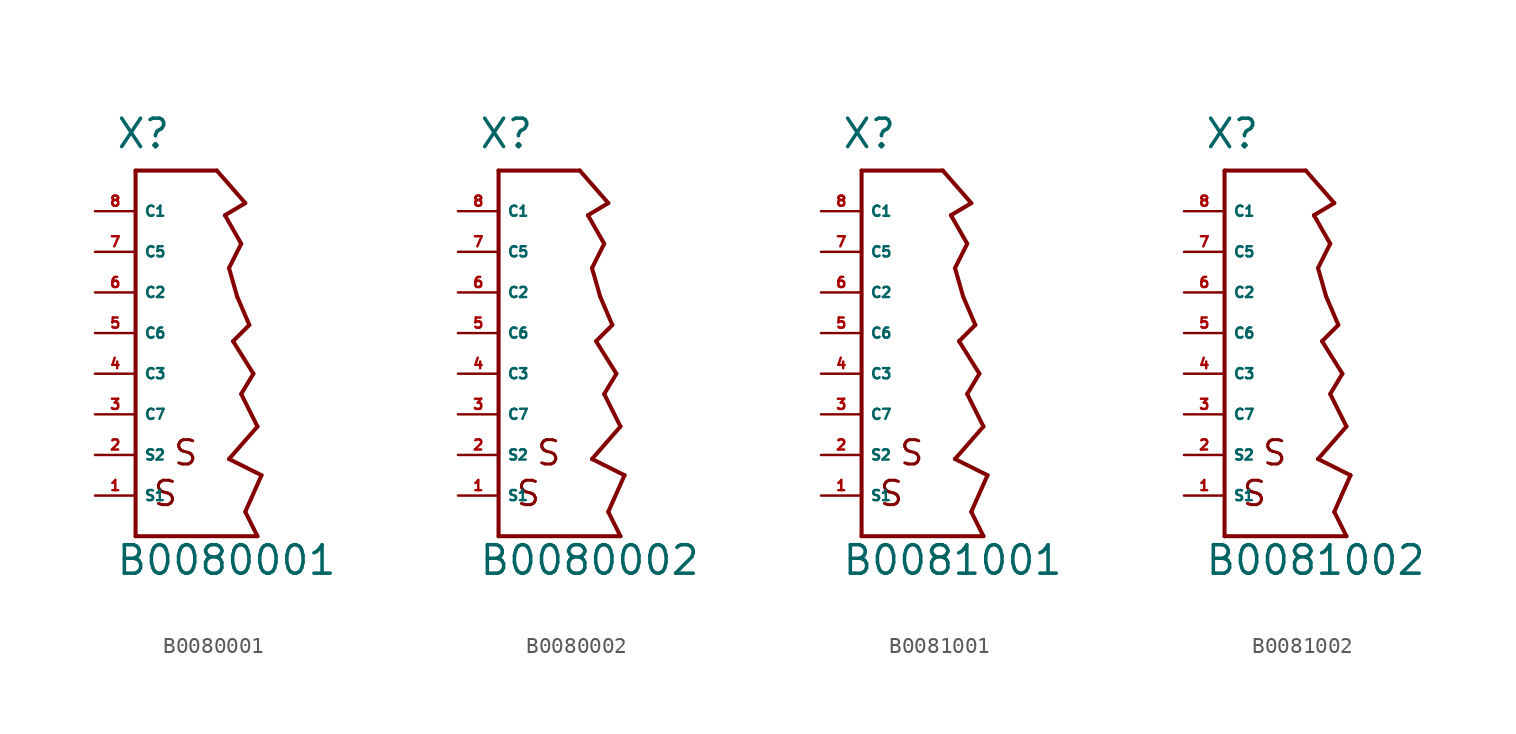
<source format=kicad_sym>
(kicad_symbol_lib
  (version 20220914)
  (generator Eagle2Kicad)
  (symbol "B0080001"
    (property "Reference" "X"
      (at -3.81 11.43 0)
      (effects (font (size 1.778 1.778) (thickness 0.22)) (justify left bottom)))
    (property "Value" "B0080001"
      (at -3.81 -15.24 0)
      (effects (font (size 1.778 1.778) (thickness 0.22)) (justify left bottom)))
    (polyline
      (pts (xy -2.54 10.16) (xy -2.54 -12.7))
      (stroke (width 0.254) (type default))
      (fill (type none)))
    (polyline
      (pts (xy -2.54 -12.7) (xy 5.08 -12.7))
      (stroke (width 0.254) (type default))
      (fill (type none)))
    (polyline
      (pts (xy -2.54 10.16) (xy 2.54 10.16))
      (stroke (width 0.254) (type default))
      (fill (type none)))
    (polyline
      (pts (xy 2.54 10.16) (xy 4.318 8.128))
      (stroke (width 0.254) (type default))
      (fill (type none)))
    (polyline
      (pts (xy 4.318 8.128) (xy 3.048 7.366))
      (stroke (width 0.254) (type default))
      (fill (type none)))
    (polyline
      (pts (xy 3.048 7.366) (xy 4.064 5.588))
      (stroke (width 0.254) (type default))
      (fill (type none)))
    (polyline
      (pts (xy 4.064 5.588) (xy 3.302 4.064))
      (stroke (width 0.254) (type default))
      (fill (type none)))
    (polyline
      (pts (xy 3.302 4.064) (xy 3.81 2.286))
      (stroke (width 0.254) (type default))
      (fill (type none)))
    (polyline
      (pts (xy 3.81 2.286) (xy 4.572 0.508))
      (stroke (width 0.254) (type default))
      (fill (type none)))
    (polyline
      (pts (xy 4.572 0.508) (xy 3.556 -0.508))
      (stroke (width 0.254) (type default))
      (fill (type none)))
    (polyline
      (pts (xy 3.556 -0.508) (xy 4.826 -2.54))
      (stroke (width 0.254) (type default))
      (fill (type none)))
    (polyline
      (pts (xy 4.826 -2.54) (xy 4.064 -3.81))
      (stroke (width 0.254) (type default))
      (fill (type none)))
    (polyline
      (pts (xy 4.064 -3.81) (xy 5.08 -5.842))
      (stroke (width 0.254) (type default))
      (fill (type none)))
    (polyline
      (pts (xy 5.08 -5.842) (xy 3.302 -7.874))
      (stroke (width 0.254) (type default))
      (fill (type none)))
    (polyline
      (pts (xy 3.302 -7.874) (xy 5.334 -8.89))
      (stroke (width 0.254) (type default))
      (fill (type none)))
    (polyline
      (pts (xy 5.334 -8.89) (xy 4.318 -11.176))
      (stroke (width 0.254) (type default))
      (fill (type none)))
    (polyline
      (pts (xy 4.318 -11.176) (xy 5.08 -12.7))
      (stroke (width 0.254) (type default))
      (fill (type none)))
    (text "S"
      (at -0.254 -8.382 0)
      (effects (font (size 1.524 1.524) (thickness 0.19)) (justify left bottom)))
    (text "S "
      (at -1.524 -10.922 0)
      (effects (font (size 1.524 1.524) (thickness 0.19)) (justify left bottom)))
    (pin passive line
      (at -5.08 -10.16 0)
      (length 2.54)
      (name "S1" (effects (font (size 0.635 0.635) (thickness 0.08)) (justify left bottom)))
      (number "1" (effects (font (size 0.635 0.635) (thickness 0.08)) (justify left bottom))))
    (pin passive line
      (at -5.08 -7.62 0)
      (length 2.54)
      (name "S2" (effects (font (size 0.635 0.635) (thickness 0.08)) (justify left bottom)))
      (number "2" (effects (font (size 0.635 0.635) (thickness 0.08)) (justify left bottom))))
    (pin passive line
      (at -5.08 -5.08 0)
      (length 2.54)
      (name "C7" (effects (font (size 0.635 0.635) (thickness 0.08)) (justify left bottom)))
      (number "3" (effects (font (size 0.635 0.635) (thickness 0.08)) (justify left bottom))))
    (pin passive line
      (at -5.08 -2.54 0)
      (length 2.54)
      (name "C3" (effects (font (size 0.635 0.635) (thickness 0.08)) (justify left bottom)))
      (number "4" (effects (font (size 0.635 0.635) (thickness 0.08)) (justify left bottom))))
    (pin passive line
      (at -5.08 0 0)
      (length 2.54)
      (name "C6" (effects (font (size 0.635 0.635) (thickness 0.08)) (justify left bottom)))
      (number "5" (effects (font (size 0.635 0.635) (thickness 0.08)) (justify left bottom))))
    (pin passive line
      (at -5.08 2.54 0)
      (length 2.54)
      (name "C2" (effects (font (size 0.635 0.635) (thickness 0.08)) (justify left bottom)))
      (number "6" (effects (font (size 0.635 0.635) (thickness 0.08)) (justify left bottom))))
    (pin passive line
      (at -5.08 5.08 0)
      (length 2.54)
      (name "C5" (effects (font (size 0.635 0.635) (thickness 0.08)) (justify left bottom)))
      (number "7" (effects (font (size 0.635 0.635) (thickness 0.08)) (justify left bottom))))
    (pin passive line
      (at -5.08 7.62 0)
      (length 2.54)
      (name "C1" (effects (font (size 0.635 0.635) (thickness 0.08)) (justify left bottom)))
      (number "8" (effects (font (size 0.635 0.635) (thickness 0.08)) (justify left bottom)))))
  (symbol "B0080002"
    (property "Reference" "X"
      (at -3.81 11.43 0)
      (effects (font (size 1.778 1.778) (thickness 0.22)) (justify left bottom)))
    (property "Value" "B0080002"
      (at -3.81 -15.24 0)
      (effects (font (size 1.778 1.778) (thickness 0.22)) (justify left bottom)))
    (polyline
      (pts (xy -2.54 10.16) (xy -2.54 -12.7))
      (stroke (width 0.254) (type default))
      (fill (type none)))
    (polyline
      (pts (xy -2.54 -12.7) (xy 5.08 -12.7))
      (stroke (width 0.254) (type default))
      (fill (type none)))
    (polyline
      (pts (xy -2.54 10.16) (xy 2.54 10.16))
      (stroke (width 0.254) (type default))
      (fill (type none)))
    (polyline
      (pts (xy 2.54 10.16) (xy 4.318 8.128))
      (stroke (width 0.254) (type default))
      (fill (type none)))
    (polyline
      (pts (xy 4.318 8.128) (xy 3.048 7.366))
      (stroke (width 0.254) (type default))
      (fill (type none)))
    (polyline
      (pts (xy 3.048 7.366) (xy 4.064 5.588))
      (stroke (width 0.254) (type default))
      (fill (type none)))
    (polyline
      (pts (xy 4.064 5.588) (xy 3.302 4.064))
      (stroke (width 0.254) (type default))
      (fill (type none)))
    (polyline
      (pts (xy 3.302 4.064) (xy 3.81 2.286))
      (stroke (width 0.254) (type default))
      (fill (type none)))
    (polyline
      (pts (xy 3.81 2.286) (xy 4.572 0.508))
      (stroke (width 0.254) (type default))
      (fill (type none)))
    (polyline
      (pts (xy 4.572 0.508) (xy 3.556 -0.508))
      (stroke (width 0.254) (type default))
      (fill (type none)))
    (polyline
      (pts (xy 3.556 -0.508) (xy 4.826 -2.54))
      (stroke (width 0.254) (type default))
      (fill (type none)))
    (polyline
      (pts (xy 4.826 -2.54) (xy 4.064 -3.81))
      (stroke (width 0.254) (type default))
      (fill (type none)))
    (polyline
      (pts (xy 4.064 -3.81) (xy 5.08 -5.842))
      (stroke (width 0.254) (type default))
      (fill (type none)))
    (polyline
      (pts (xy 5.08 -5.842) (xy 3.302 -7.874))
      (stroke (width 0.254) (type default))
      (fill (type none)))
    (polyline
      (pts (xy 3.302 -7.874) (xy 5.334 -8.89))
      (stroke (width 0.254) (type default))
      (fill (type none)))
    (polyline
      (pts (xy 5.334 -8.89) (xy 4.318 -11.176))
      (stroke (width 0.254) (type default))
      (fill (type none)))
    (polyline
      (pts (xy 4.318 -11.176) (xy 5.08 -12.7))
      (stroke (width 0.254) (type default))
      (fill (type none)))
    (text "S"
      (at -0.254 -8.382 0)
      (effects (font (size 1.524 1.524) (thickness 0.19)) (justify left bottom)))
    (text "S "
      (at -1.524 -10.922 0)
      (effects (font (size 1.524 1.524) (thickness 0.19)) (justify left bottom)))
    (pin passive line
      (at -5.08 -10.16 0)
      (length 2.54)
      (name "S1" (effects (font (size 0.635 0.635) (thickness 0.08)) (justify left bottom)))
      (number "1" (effects (font (size 0.635 0.635) (thickness 0.08)) (justify left bottom))))
    (pin passive line
      (at -5.08 -7.62 0)
      (length 2.54)
      (name "S2" (effects (font (size 0.635 0.635) (thickness 0.08)) (justify left bottom)))
      (number "2" (effects (font (size 0.635 0.635) (thickness 0.08)) (justify left bottom))))
    (pin passive line
      (at -5.08 -5.08 0)
      (length 2.54)
      (name "C7" (effects (font (size 0.635 0.635) (thickness 0.08)) (justify left bottom)))
      (number "3" (effects (font (size 0.635 0.635) (thickness 0.08)) (justify left bottom))))
    (pin passive line
      (at -5.08 -2.54 0)
      (length 2.54)
      (name "C3" (effects (font (size 0.635 0.635) (thickness 0.08)) (justify left bottom)))
      (number "4" (effects (font (size 0.635 0.635) (thickness 0.08)) (justify left bottom))))
    (pin passive line
      (at -5.08 0 0)
      (length 2.54)
      (name "C6" (effects (font (size 0.635 0.635) (thickness 0.08)) (justify left bottom)))
      (number "5" (effects (font (size 0.635 0.635) (thickness 0.08)) (justify left bottom))))
    (pin passive line
      (at -5.08 2.54 0)
      (length 2.54)
      (name "C2" (effects (font (size 0.635 0.635) (thickness 0.08)) (justify left bottom)))
      (number "6" (effects (font (size 0.635 0.635) (thickness 0.08)) (justify left bottom))))
    (pin passive line
      (at -5.08 5.08 0)
      (length 2.54)
      (name "C5" (effects (font (size 0.635 0.635) (thickness 0.08)) (justify left bottom)))
      (number "7" (effects (font (size 0.635 0.635) (thickness 0.08)) (justify left bottom))))
    (pin passive line
      (at -5.08 7.62 0)
      (length 2.54)
      (name "C1" (effects (font (size 0.635 0.635) (thickness 0.08)) (justify left bottom)))
      (number "8" (effects (font (size 0.635 0.635) (thickness 0.08)) (justify left bottom)))))
  (symbol "B0081001"
    (property "Reference" "X"
      (at -3.81 11.43 0)
      (effects (font (size 1.778 1.778) (thickness 0.22)) (justify left bottom)))
    (property "Value" "B0081001"
      (at -3.81 -15.24 0)
      (effects (font (size 1.778 1.778) (thickness 0.22)) (justify left bottom)))
    (polyline
      (pts (xy -2.54 10.16) (xy -2.54 -12.7))
      (stroke (width 0.254) (type default))
      (fill (type none)))
    (polyline
      (pts (xy -2.54 -12.7) (xy 5.08 -12.7))
      (stroke (width 0.254) (type default))
      (fill (type none)))
    (polyline
      (pts (xy -2.54 10.16) (xy 2.54 10.16))
      (stroke (width 0.254) (type default))
      (fill (type none)))
    (polyline
      (pts (xy 2.54 10.16) (xy 4.318 8.128))
      (stroke (width 0.254) (type default))
      (fill (type none)))
    (polyline
      (pts (xy 4.318 8.128) (xy 3.048 7.366))
      (stroke (width 0.254) (type default))
      (fill (type none)))
    (polyline
      (pts (xy 3.048 7.366) (xy 4.064 5.588))
      (stroke (width 0.254) (type default))
      (fill (type none)))
    (polyline
      (pts (xy 4.064 5.588) (xy 3.302 4.064))
      (stroke (width 0.254) (type default))
      (fill (type none)))
    (polyline
      (pts (xy 3.302 4.064) (xy 3.81 2.286))
      (stroke (width 0.254) (type default))
      (fill (type none)))
    (polyline
      (pts (xy 3.81 2.286) (xy 4.572 0.508))
      (stroke (width 0.254) (type default))
      (fill (type none)))
    (polyline
      (pts (xy 4.572 0.508) (xy 3.556 -0.508))
      (stroke (width 0.254) (type default))
      (fill (type none)))
    (polyline
      (pts (xy 3.556 -0.508) (xy 4.826 -2.54))
      (stroke (width 0.254) (type default))
      (fill (type none)))
    (polyline
      (pts (xy 4.826 -2.54) (xy 4.064 -3.81))
      (stroke (width 0.254) (type default))
      (fill (type none)))
    (polyline
      (pts (xy 4.064 -3.81) (xy 5.08 -5.842))
      (stroke (width 0.254) (type default))
      (fill (type none)))
    (polyline
      (pts (xy 5.08 -5.842) (xy 3.302 -7.874))
      (stroke (width 0.254) (type default))
      (fill (type none)))
    (polyline
      (pts (xy 3.302 -7.874) (xy 5.334 -8.89))
      (stroke (width 0.254) (type default))
      (fill (type none)))
    (polyline
      (pts (xy 5.334 -8.89) (xy 4.318 -11.176))
      (stroke (width 0.254) (type default))
      (fill (type none)))
    (polyline
      (pts (xy 4.318 -11.176) (xy 5.08 -12.7))
      (stroke (width 0.254) (type default))
      (fill (type none)))
    (text "S"
      (at -0.254 -8.382 0)
      (effects (font (size 1.524 1.524) (thickness 0.19)) (justify left bottom)))
    (text "S "
      (at -1.524 -10.922 0)
      (effects (font (size 1.524 1.524) (thickness 0.19)) (justify left bottom)))
    (pin passive line
      (at -5.08 -10.16 0)
      (length 2.54)
      (name "S1" (effects (font (size 0.635 0.635) (thickness 0.08)) (justify left bottom)))
      (number "1" (effects (font (size 0.635 0.635) (thickness 0.08)) (justify left bottom))))
    (pin passive line
      (at -5.08 -7.62 0)
      (length 2.54)
      (name "S2" (effects (font (size 0.635 0.635) (thickness 0.08)) (justify left bottom)))
      (number "2" (effects (font (size 0.635 0.635) (thickness 0.08)) (justify left bottom))))
    (pin passive line
      (at -5.08 -5.08 0)
      (length 2.54)
      (name "C7" (effects (font (size 0.635 0.635) (thickness 0.08)) (justify left bottom)))
      (number "3" (effects (font (size 0.635 0.635) (thickness 0.08)) (justify left bottom))))
    (pin passive line
      (at -5.08 -2.54 0)
      (length 2.54)
      (name "C3" (effects (font (size 0.635 0.635) (thickness 0.08)) (justify left bottom)))
      (number "4" (effects (font (size 0.635 0.635) (thickness 0.08)) (justify left bottom))))
    (pin passive line
      (at -5.08 0 0)
      (length 2.54)
      (name "C6" (effects (font (size 0.635 0.635) (thickness 0.08)) (justify left bottom)))
      (number "5" (effects (font (size 0.635 0.635) (thickness 0.08)) (justify left bottom))))
    (pin passive line
      (at -5.08 2.54 0)
      (length 2.54)
      (name "C2" (effects (font (size 0.635 0.635) (thickness 0.08)) (justify left bottom)))
      (number "6" (effects (font (size 0.635 0.635) (thickness 0.08)) (justify left bottom))))
    (pin passive line
      (at -5.08 5.08 0)
      (length 2.54)
      (name "C5" (effects (font (size 0.635 0.635) (thickness 0.08)) (justify left bottom)))
      (number "7" (effects (font (size 0.635 0.635) (thickness 0.08)) (justify left bottom))))
    (pin passive line
      (at -5.08 7.62 0)
      (length 2.54)
      (name "C1" (effects (font (size 0.635 0.635) (thickness 0.08)) (justify left bottom)))
      (number "8" (effects (font (size 0.635 0.635) (thickness 0.08)) (justify left bottom)))))
  (symbol "B0081002"
    (property "Reference" "X"
      (at -3.81 11.43 0)
      (effects (font (size 1.778 1.778) (thickness 0.22)) (justify left bottom)))
    (property "Value" "B0081002"
      (at -3.81 -15.24 0)
      (effects (font (size 1.778 1.778) (thickness 0.22)) (justify left bottom)))
    (polyline
      (pts (xy -2.54 10.16) (xy -2.54 -12.7))
      (stroke (width 0.254) (type default))
      (fill (type none)))
    (polyline
      (pts (xy -2.54 -12.7) (xy 5.08 -12.7))
      (stroke (width 0.254) (type default))
      (fill (type none)))
    (polyline
      (pts (xy -2.54 10.16) (xy 2.54 10.16))
      (stroke (width 0.254) (type default))
      (fill (type none)))
    (polyline
      (pts (xy 2.54 10.16) (xy 4.318 8.128))
      (stroke (width 0.254) (type default))
      (fill (type none)))
    (polyline
      (pts (xy 4.318 8.128) (xy 3.048 7.366))
      (stroke (width 0.254) (type default))
      (fill (type none)))
    (polyline
      (pts (xy 3.048 7.366) (xy 4.064 5.588))
      (stroke (width 0.254) (type default))
      (fill (type none)))
    (polyline
      (pts (xy 4.064 5.588) (xy 3.302 4.064))
      (stroke (width 0.254) (type default))
      (fill (type none)))
    (polyline
      (pts (xy 3.302 4.064) (xy 3.81 2.286))
      (stroke (width 0.254) (type default))
      (fill (type none)))
    (polyline
      (pts (xy 3.81 2.286) (xy 4.572 0.508))
      (stroke (width 0.254) (type default))
      (fill (type none)))
    (polyline
      (pts (xy 4.572 0.508) (xy 3.556 -0.508))
      (stroke (width 0.254) (type default))
      (fill (type none)))
    (polyline
      (pts (xy 3.556 -0.508) (xy 4.826 -2.54))
      (stroke (width 0.254) (type default))
      (fill (type none)))
    (polyline
      (pts (xy 4.826 -2.54) (xy 4.064 -3.81))
      (stroke (width 0.254) (type default))
      (fill (type none)))
    (polyline
      (pts (xy 4.064 -3.81) (xy 5.08 -5.842))
      (stroke (width 0.254) (type default))
      (fill (type none)))
    (polyline
      (pts (xy 5.08 -5.842) (xy 3.302 -7.874))
      (stroke (width 0.254) (type default))
      (fill (type none)))
    (polyline
      (pts (xy 3.302 -7.874) (xy 5.334 -8.89))
      (stroke (width 0.254) (type default))
      (fill (type none)))
    (polyline
      (pts (xy 5.334 -8.89) (xy 4.318 -11.176))
      (stroke (width 0.254) (type default))
      (fill (type none)))
    (polyline
      (pts (xy 4.318 -11.176) (xy 5.08 -12.7))
      (stroke (width 0.254) (type default))
      (fill (type none)))
    (text "S"
      (at -0.254 -8.382 0)
      (effects (font (size 1.524 1.524) (thickness 0.19)) (justify left bottom)))
    (text "S "
      (at -1.524 -10.922 0)
      (effects (font (size 1.524 1.524) (thickness 0.19)) (justify left bottom)))
    (pin passive line
      (at -5.08 -10.16 0)
      (length 2.54)
      (name "S1" (effects (font (size 0.635 0.635) (thickness 0.08)) (justify left bottom)))
      (number "1" (effects (font (size 0.635 0.635) (thickness 0.08)) (justify left bottom))))
    (pin passive line
      (at -5.08 -7.62 0)
      (length 2.54)
      (name "S2" (effects (font (size 0.635 0.635) (thickness 0.08)) (justify left bottom)))
      (number "2" (effects (font (size 0.635 0.635) (thickness 0.08)) (justify left bottom))))
    (pin passive line
      (at -5.08 -5.08 0)
      (length 2.54)
      (name "C7" (effects (font (size 0.635 0.635) (thickness 0.08)) (justify left bottom)))
      (number "3" (effects (font (size 0.635 0.635) (thickness 0.08)) (justify left bottom))))
    (pin passive line
      (at -5.08 -2.54 0)
      (length 2.54)
      (name "C3" (effects (font (size 0.635 0.635) (thickness 0.08)) (justify left bottom)))
      (number "4" (effects (font (size 0.635 0.635) (thickness 0.08)) (justify left bottom))))
    (pin passive line
      (at -5.08 0 0)
      (length 2.54)
      (name "C6" (effects (font (size 0.635 0.635) (thickness 0.08)) (justify left bottom)))
      (number "5" (effects (font (size 0.635 0.635) (thickness 0.08)) (justify left bottom))))
    (pin passive line
      (at -5.08 2.54 0)
      (length 2.54)
      (name "C2" (effects (font (size 0.635 0.635) (thickness 0.08)) (justify left bottom)))
      (number "6" (effects (font (size 0.635 0.635) (thickness 0.08)) (justify left bottom))))
    (pin passive line
      (at -5.08 5.08 0)
      (length 2.54)
      (name "C5" (effects (font (size 0.635 0.635) (thickness 0.08)) (justify left bottom)))
      (number "7" (effects (font (size 0.635 0.635) (thickness 0.08)) (justify left bottom))))
    (pin passive line
      (at -5.08 7.62 0)
      (length 2.54)
      (name "C1" (effects (font (size 0.635 0.635) (thickness 0.08)) (justify left bottom)))
      (number "8" (effects (font (size 0.635 0.635) (thickness 0.08)) (justify left bottom))))))
</source>
